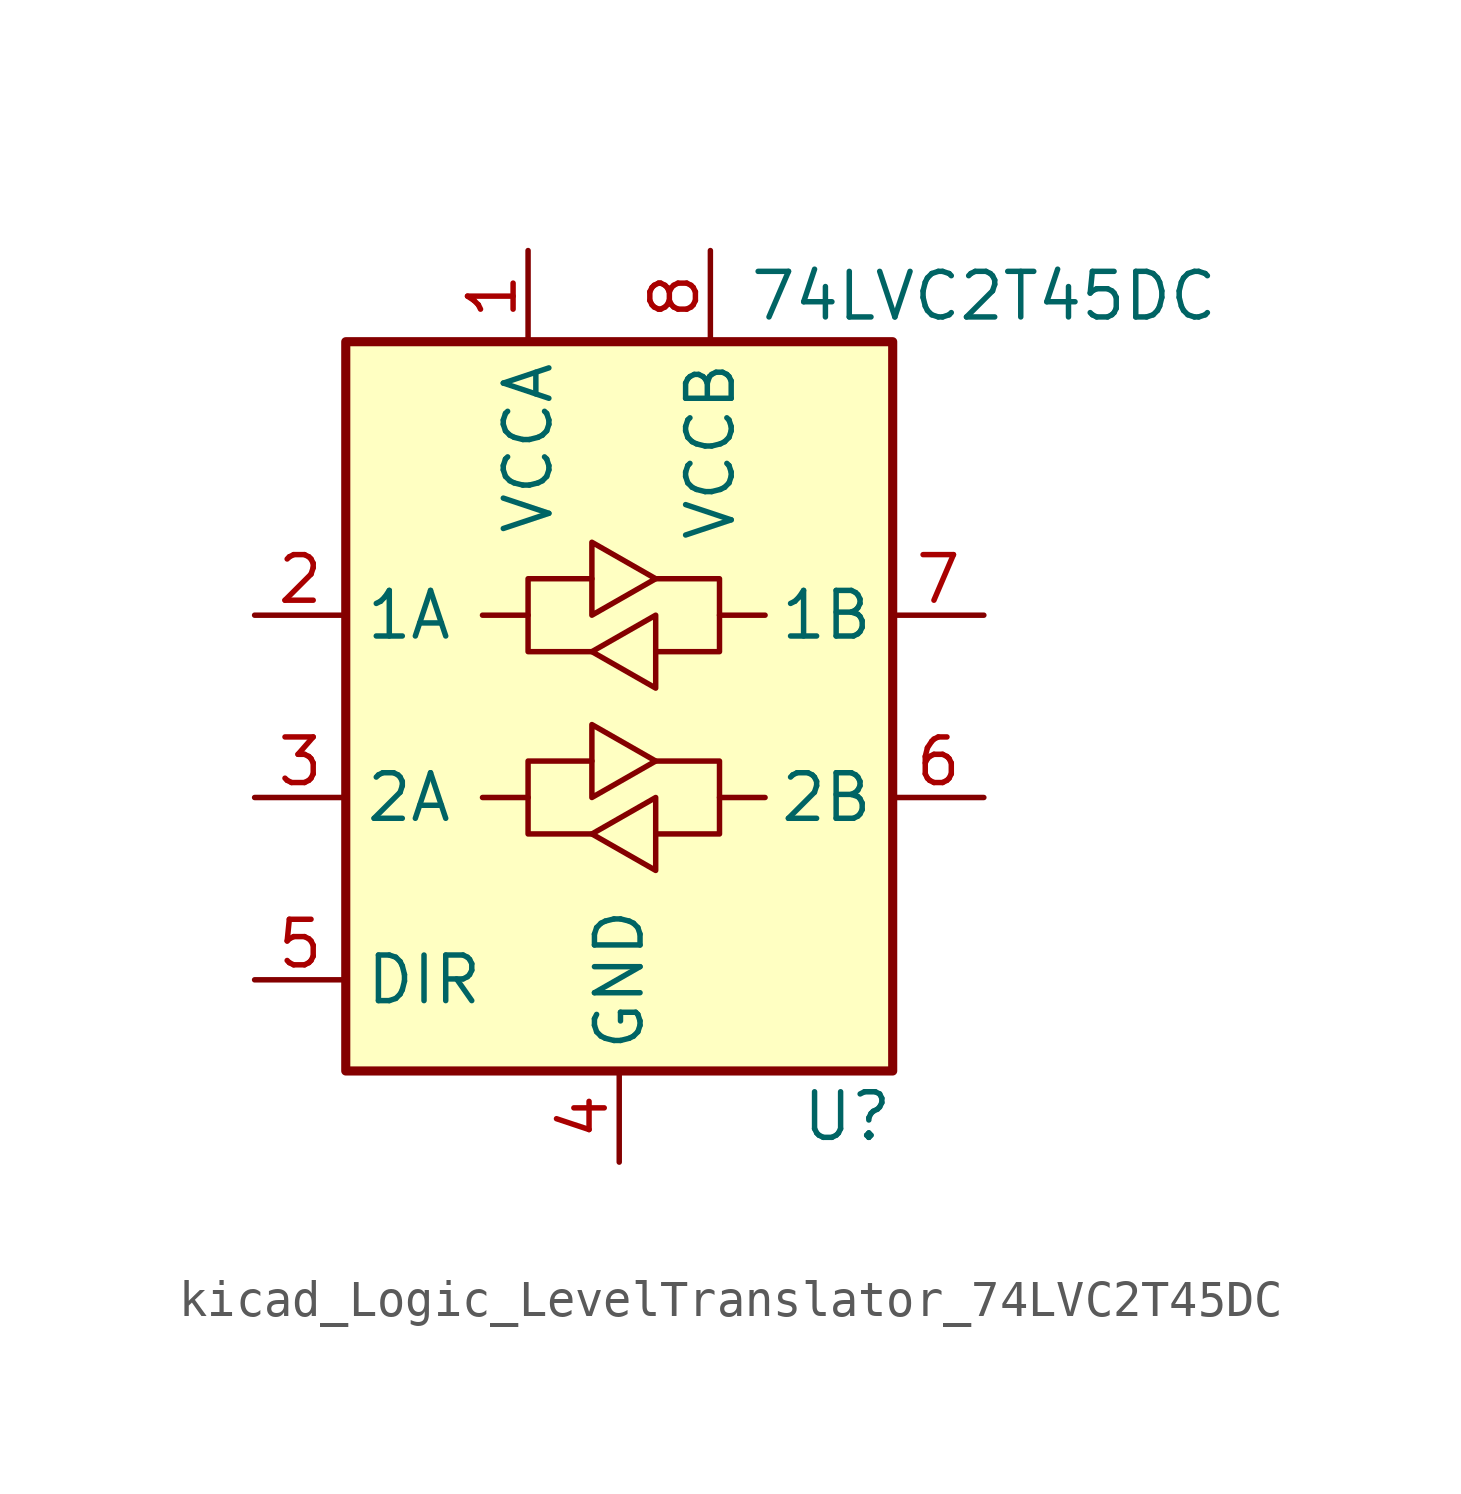
<source format=kicad_sym>
(kicad_symbol_lib
  (version 20220914)
  (generator kicad_symbol_editor)
  (symbol "kicad_Logic_LevelTranslator_74LVC2T45DC"
    (property "Reference" "U"
      (at 6.35 -11.43 0)
      (effects (font (size 1.27 1.27))))
    (property "Value" "74LVC2T45DC"
      (at 10.16 11.43 0)
      (effects (font (size 1.27 1.27))))
    (symbol "kicad_Logic_LevelTranslator_74LVC2T45DC_1_1"
      (rectangle (start -7.62 10.16) (end 7.62 -10.16) (stroke (width 0.254) (type default)) (fill (type background)))
      (polyline (pts (xy -2.54 -2.54) (xy -2.54 -1.524) (xy -0.762 -1.524)) (stroke (width 0) (type default)) (fill (type none)))
      (polyline (pts (xy -2.54 2.54) (xy -2.54 3.556) (xy -0.762 3.556)) (stroke (width 0) (type default)) (fill (type none)))
      (polyline (pts (xy 2.794 -2.54) (xy 2.794 -3.556) (xy 1.016 -3.556)) (stroke (width 0) (type default)) (fill (type none)))
      (polyline (pts (xy 2.794 2.54) (xy 2.794 1.524) (xy 1.016 1.524)) (stroke (width 0) (type default)) (fill (type none)))
      (polyline (pts (xy -0.762 -3.556) (xy -2.54 -3.556) (xy -2.54 -2.54) (xy -3.81 -2.54)) (stroke (width 0) (type default)) (fill (type none)))
      (polyline (pts (xy -0.762 -2.54) (xy -0.762 -0.508) (xy 1.016 -1.524) (xy -0.762 -2.54)) (stroke (width 0) (type default)) (fill (type none)))
      (polyline (pts (xy -0.762 1.524) (xy -2.54 1.524) (xy -2.54 2.54) (xy -3.81 2.54)) (stroke (width 0) (type default)) (fill (type none)))
      (polyline (pts (xy -0.762 2.54) (xy -0.762 4.572) (xy 1.016 3.556) (xy -0.762 2.54)) (stroke (width 0) (type default)) (fill (type none)))
      (polyline (pts (xy 1.016 -1.524) (xy 2.794 -1.524) (xy 2.794 -2.54) (xy 4.064 -2.54)) (stroke (width 0) (type default)) (fill (type none)))
      (polyline (pts (xy 1.016 3.556) (xy 2.794 3.556) (xy 2.794 2.54) (xy 4.064 2.54)) (stroke (width 0) (type default)) (fill (type none)))
      (polyline (pts (xy 1.016 -2.54) (xy 1.016 -4.318) (xy 1.016 -4.572) (xy -0.762 -3.556) (xy 1.016 -2.54)) (stroke (width 0) (type default)) (fill (type none)))
      (polyline (pts (xy 1.016 2.54) (xy 1.016 0.762) (xy 1.016 0.508) (xy -0.762 1.524) (xy 1.016 2.54)) (stroke (width 0) (type default)) (fill (type none)))
      (pin power_in line (at -2.54 12.7 270) (length 2.54) (name "VCCA" (effects (font (size 1.27 1.27)))) (number "1" (effects (font (size 1.27 1.27)))))
      (pin bidirectional line (at -10.16 2.54 0) (length 2.54) (name "1A" (effects (font (size 1.27 1.27)))) (number "2" (effects (font (size 1.27 1.27)))))
      (pin bidirectional line (at -10.16 -2.54 0) (length 2.54) (name "2A" (effects (font (size 1.27 1.27)))) (number "3" (effects (font (size 1.27 1.27)))))
      (pin power_in line (at 0 -12.7 90) (length 2.54) (name "GND" (effects (font (size 1.27 1.27)))) (number "4" (effects (font (size 1.27 1.27)))))
      (pin input line (at -10.16 -7.62 0) (length 2.54) (name "DIR" (effects (font (size 1.27 1.27)))) (number "5" (effects (font (size 1.27 1.27)))))
      (pin bidirectional line (at 10.16 -2.54 180) (length 2.54) (name "2B" (effects (font (size 1.27 1.27)))) (number "6" (effects (font (size 1.27 1.27)))))
      (pin bidirectional line (at 10.16 2.54 180) (length 2.54) (name "1B" (effects (font (size 1.27 1.27)))) (number "7" (effects (font (size 1.27 1.27)))))
      (pin power_in line (at 2.54 12.7 270) (length 2.54) (name "VCCB" (effects (font (size 1.27 1.27)))) (number "8" (effects (font (size 1.27 1.27))))))))
</source>
